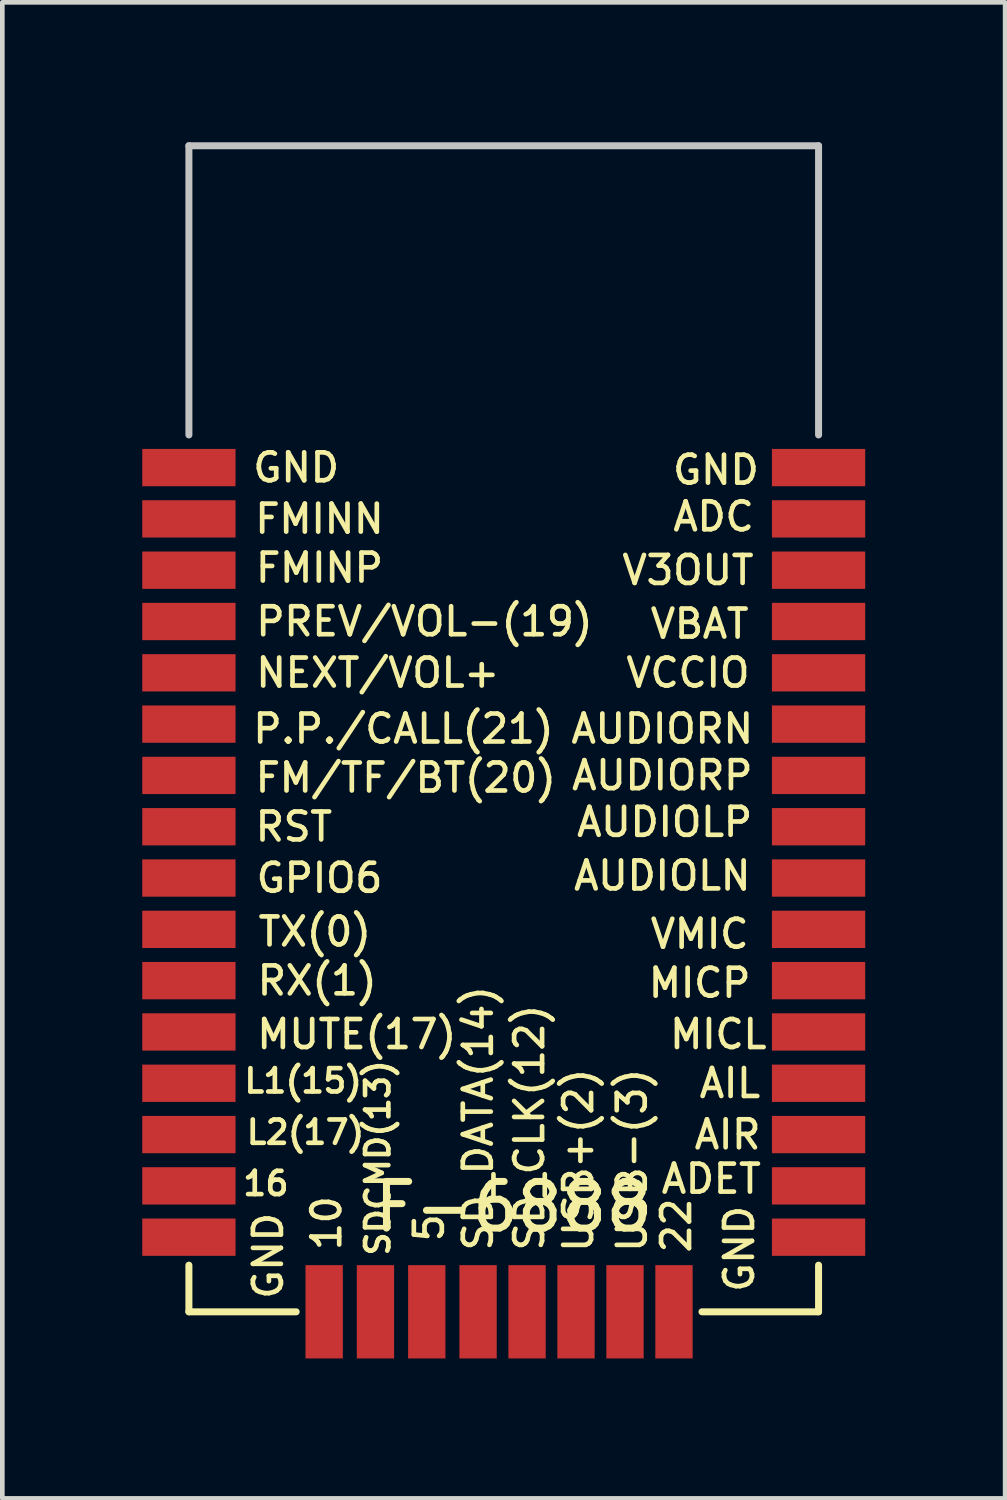
<source format=kicad_pcb>
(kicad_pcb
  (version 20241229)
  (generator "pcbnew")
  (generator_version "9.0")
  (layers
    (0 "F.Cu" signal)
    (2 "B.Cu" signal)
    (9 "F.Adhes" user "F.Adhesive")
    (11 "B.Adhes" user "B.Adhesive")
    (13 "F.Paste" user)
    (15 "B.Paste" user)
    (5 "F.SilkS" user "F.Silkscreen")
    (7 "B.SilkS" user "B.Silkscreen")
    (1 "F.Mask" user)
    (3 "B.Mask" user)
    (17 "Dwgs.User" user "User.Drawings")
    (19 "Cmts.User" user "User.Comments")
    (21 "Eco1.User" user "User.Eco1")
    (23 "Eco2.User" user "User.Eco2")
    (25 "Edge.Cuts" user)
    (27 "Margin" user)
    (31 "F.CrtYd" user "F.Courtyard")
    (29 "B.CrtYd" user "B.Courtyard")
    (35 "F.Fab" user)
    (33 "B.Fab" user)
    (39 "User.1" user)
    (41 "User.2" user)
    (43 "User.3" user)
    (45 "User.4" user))
  (footprint "F-6888"
    (layer "F.Cu")
    (at 1 25.075)
    (property "Reference" "F-6888" (at 6.95 -2.25 0) (layer "F.SilkS") (effects (font (size 1 1) (thickness 0.15))))
    (attr through_hole)
    (fp_line (start 0 0) (end 0 -1) (stroke (width 0.15) (type solid)) (layer "F.SilkS"))
    (fp_line (start 0 0) (end 2.3 0) (stroke (width 0.15) (type solid)) (layer "F.SilkS"))
    (fp_line (start 11 0) (end 13.5 0) (stroke (width 0.15) (type solid)) (layer "F.SilkS"))
    (fp_line (start 13.5 0) (end 13.5 -1) (stroke (width 0.15) (type solid)) (layer "F.SilkS"))
    (fp_line (start 0 -25) (end 0 -18.8) (stroke (width 0.15) (type solid)) (layer "Dwgs.User"))
    (fp_line (start 13.5 -25) (end 0 -25) (stroke (width 0.15) (type solid)) (layer "Dwgs.User"))
    (fp_line (start 13.5 -18.8) (end 13.5 -25) (stroke (width 0.15) (type solid)) (layer "Dwgs.User"))
    (fp_text user "AUDIORP" (at 10.15 -11.5 0) (layer "F.SilkS") (effects (font (size 0.6 0.6) (thickness 0.1))))
    (fp_text user "GND" (at 1.7 -1.2 90) (layer "F.SilkS") (effects (font (size 0.6 0.6) (thickness 0.1))))
    (fp_text user "ADC" (at 11.25 -17.05 0) (layer "F.SilkS") (effects (font (size 0.6 0.6) (thickness 0.1))))
    (fp_text user "AUDIOLN" (at 10.15 -9.35 0) (layer "F.SilkS") (effects (font (size 0.6 0.6) (thickness 0.1))))
    (fp_text user "GND" (at 11.3 -18.05 0) (layer "F.SilkS") (effects (font (size 0.6 0.6) (thickness 0.1))))
    (fp_text user "RST" (at 2.25 -10.4 0) (layer "F.SilkS") (effects (font (size 0.6 0.6) (thickness 0.1))))
    (fp_text user "GND" (at 2.3 -18.1 0) (layer "F.SilkS") (effects (font (size 0.6 0.6) (thickness 0.1))))
    (fp_text user "5" (at 5.15 -1.8 90) (layer "F.SilkS") (effects (font (size 0.6 0.6) (thickness 0.1))))
    (fp_text user "L1(15)" (at 2.45 -4.95 0) (layer "F.SilkS") (effects (font (size 0.5 0.5) (thickness 0.1))))
    (fp_text user "FMINP" (at 2.8 -15.95 0) (layer "F.SilkS") (effects (font (size 0.6 0.6) (thickness 0.1))))
    (fp_text user "22" (at 10.45 -1.85 90) (layer "F.SilkS") (effects (font (size 0.6 0.6) (thickness 0.1))))
    (fp_text user "GND" (at 11.8 -1.35 90) (layer "F.SilkS") (effects (font (size 0.6 0.6) (thickness 0.1))))
    (fp_text user "SD_DATA(14)" (at 6.2 -4.15 90) (layer "F.SilkS") (effects (font (size 0.6 0.6) (thickness 0.1))))
    (fp_text user "GPIO6" (at 2.8 -9.3 0) (layer "F.SilkS") (effects (font (size 0.6 0.6) (thickness 0.1))))
    (fp_text user "MICP" (at 10.95 -7.05 0) (layer "F.SilkS") (effects (font (size 0.6 0.6) (thickness 0.1))))
    (fp_text user "TX(0)" (at 2.7 -8.15 0) (layer "F.SilkS") (effects (font (size 0.6 0.6) (thickness 0.1))))
    (fp_text user "MICL" (at 11.35 -5.95 0) (layer "F.SilkS") (effects (font (size 0.6 0.6) (thickness 0.1))))
    (fp_text user "AUDIOLP" (at 10.2 -10.5 0) (layer "F.SilkS") (effects (font (size 0.6 0.6) (thickness 0.1))))
    (fp_text user "ADET" (at 11.2 -2.85 0) (layer "F.SilkS") (effects (font (size 0.6 0.6) (thickness 0.1))))
    (fp_text user "10" (at 2.95 -1.9 90) (layer "F.SilkS") (effects (font (size 0.6 0.6) (thickness 0.1))))
    (fp_text user "NEXT/VOL+" (at 4.05 -13.7 0) (layer "F.SilkS") (effects (font (size 0.6 0.6) (thickness 0.1))))
    (fp_text user "L2(17)" (at 2.5 -3.85 0) (layer "F.SilkS") (effects (font (size 0.5 0.5) (thickness 0.1))))
    (fp_text user "VMIC" (at 10.95 -8.1 0) (layer "F.SilkS") (effects (font (size 0.6 0.6) (thickness 0.1))))
    (fp_text user "SD_CLK(12)" (at 7.3 -3.95 90) (layer "F.SilkS") (effects (font (size 0.6 0.6) (thickness 0.1))))
    (fp_text user "RX(1)" (at 2.75 -7.1 0) (layer "F.SilkS") (effects (font (size 0.6 0.6) (thickness 0.1))))
    (fp_text user "MUTE(17)" (at 3.6 -5.95 0) (layer "F.SilkS") (effects (font (size 0.6 0.6) (thickness 0.1))))
    (fp_text user "USB-(3)" (at 9.5 -3.25 90) (layer "F.SilkS") (effects (font (size 0.6 0.6) (thickness 0.1))))
    (fp_text user "16" (at 1.65 -2.75 0) (layer "F.SilkS") (effects (font (size 0.5 0.5) (thickness 0.1))))
    (fp_text user "USB+(2)" (at 8.35 -3.25 90) (layer "F.SilkS") (effects (font (size 0.6 0.6) (thickness 0.1))))
    (fp_text user "P.P./CALL(21)" (at 4.6 -12.5 0) (layer "F.SilkS") (effects (font (size 0.6 0.6) (thickness 0.1))))
    (fp_text user "AIL" (at 11.6 -4.9 0) (layer "F.SilkS") (effects (font (size 0.6 0.6) (thickness 0.1))))
    (fp_text user "FM/TF/BT(20)" (at 4.65 -11.45 0) (layer "F.SilkS") (effects (font (size 0.6 0.6) (thickness 0.1))))
    (fp_text user "V3OUT" (at 10.7 -15.9 0) (layer "F.SilkS") (effects (font (size 0.6 0.6) (thickness 0.1))))
    (fp_text user "SDCMD(13)" (at 4.05 -3.3 90) (layer "F.SilkS") (effects (font (size 0.5 0.5) (thickness 0.1))))
    (fp_text user "AIR" (at 11.55 -3.8 0) (layer "F.SilkS") (effects (font (size 0.6 0.6) (thickness 0.1))))
    (fp_text user "VCCIO" (at 10.7 -13.7 0) (layer "F.SilkS") (effects (font (size 0.6 0.6) (thickness 0.1))))
    (fp_text user "AUDIORN" (at 10.15 -12.5 0) (layer "F.SilkS") (effects (font (size 0.6 0.6) (thickness 0.1))))
    (fp_text user "FMINN" (at 2.8 -17 0) (layer "F.SilkS") (effects (font (size 0.6 0.6) (thickness 0.1))))
    (fp_text user "VBAT" (at 10.95 -14.75 0) (layer "F.SilkS") (effects (font (size 0.6 0.6) (thickness 0.1))))
    (fp_text user "PREV/VOL-(19)" (at 5.05 -14.8 0) (layer "F.SilkS") (effects (font (size 0.6 0.6) (thickness 0.1))))
    (pad "1" smd rect (at 0 -18.1) (size 2 0.8) (layers "F.Cu" "F.Mask" "F.Paste"))
    (pad "2" smd rect (at 0 -17) (size 2 0.8) (layers "F.Cu" "F.Mask" "F.Paste"))
    (pad "3" smd rect (at 0 -15.9) (size 2 0.8) (layers "F.Cu" "F.Mask" "F.Paste"))
    (pad "4" smd rect (at 0 -14.8) (size 2 0.8) (layers "F.Cu" "F.Mask" "F.Paste"))
    (pad "5" smd rect (at 0 -13.7) (size 2 0.8) (layers "F.Cu" "F.Mask" "F.Paste"))
    (pad "6" smd rect (at 0 -12.6) (size 2 0.8) (layers "F.Cu" "F.Mask" "F.Paste"))
    (pad "7" smd rect (at 0 -11.5) (size 2 0.8) (layers "F.Cu" "F.Mask" "F.Paste"))
    (pad "8" smd rect (at 0 -10.4) (size 2 0.8) (layers "F.Cu" "F.Mask" "F.Paste"))
    (pad "9" smd rect (at 0 -9.3) (size 2 0.8) (layers "F.Cu" "F.Mask" "F.Paste"))
    (pad "10" smd rect (at 0 -8.2) (size 2 0.8) (layers "F.Cu" "F.Mask" "F.Paste"))
    (pad "11" smd rect (at 0 -7.1) (size 2 0.8) (layers "F.Cu" "F.Mask" "F.Paste"))
    (pad "12" smd rect (at 0 -6) (size 2 0.8) (layers "F.Cu" "F.Mask" "F.Paste"))
    (pad "13" smd rect (at 0 -4.9) (size 2 0.8) (layers "F.Cu" "F.Mask" "F.Paste"))
    (pad "14" smd rect (at 0 -3.8) (size 2 0.8) (layers "F.Cu" "F.Mask" "F.Paste"))
    (pad "15" smd rect (at 0 -2.7) (size 2 0.8) (layers "F.Cu" "F.Mask" "F.Paste"))
    (pad "16" smd rect (at 0 -1.6) (size 2 0.8) (layers "F.Cu" "F.Mask" "F.Paste"))
    (pad "17" smd rect (at 2.9 0) (size 0.8 2) (layers "F.Cu" "F.Mask" "F.Paste"))
    (pad "18" smd rect (at 4 0) (size 0.8 2) (layers "F.Cu" "F.Mask" "F.Paste"))
    (pad "19" smd rect (at 5.1 0) (size 0.8 2) (layers "F.Cu" "F.Mask" "F.Paste"))
    (pad "20" smd rect (at 6.2 0) (size 0.8 2) (layers "F.Cu" "F.Mask" "F.Paste"))
    (pad "21" smd rect (at 7.25 0) (size 0.8 2) (layers "F.Cu" "F.Mask" "F.Paste"))
    (pad "22" smd rect (at 8.3 0) (size 0.8 2) (layers "F.Cu" "F.Mask" "F.Paste"))
    (pad "23" smd rect (at 9.35 0) (size 0.8 2) (layers "F.Cu" "F.Mask" "F.Paste"))
    (pad "24" smd rect (at 10.4 0) (size 0.8 2) (layers "F.Cu" "F.Mask" "F.Paste"))
    (pad "25" smd rect (at 13.5 -1.6) (size 2 0.8) (layers "F.Cu" "F.Mask" "F.Paste"))
    (pad "26" smd rect (at 13.5 -2.7) (size 2 0.8) (layers "F.Cu" "F.Mask" "F.Paste"))
    (pad "27" smd rect (at 13.5 -3.8) (size 2 0.8) (layers "F.Cu" "F.Mask" "F.Paste"))
    (pad "28" smd rect (at 13.5 -4.9) (size 2 0.8) (layers "F.Cu" "F.Mask" "F.Paste"))
    (pad "29" smd rect (at 13.5 -6) (size 2 0.8) (layers "F.Cu" "F.Mask" "F.Paste"))
    (pad "30" smd rect (at 13.5 -7.1) (size 2 0.8) (layers "F.Cu" "F.Mask" "F.Paste"))
    (pad "31" smd rect (at 13.5 -8.2) (size 2 0.8) (layers "F.Cu" "F.Mask" "F.Paste"))
    (pad "32" smd rect (at 13.5 -9.3) (size 2 0.8) (layers "F.Cu" "F.Mask" "F.Paste"))
    (pad "33" smd rect (at 13.5 -10.4) (size 2 0.8) (layers "F.Cu" "F.Mask" "F.Paste"))
    (pad "34" smd rect (at 13.5 -11.5) (size 2 0.8) (layers "F.Cu" "F.Mask" "F.Paste"))
    (pad "35" smd rect (at 13.5 -12.6) (size 2 0.8) (layers "F.Cu" "F.Mask" "F.Paste"))
    (pad "36" smd rect (at 13.5 -13.7) (size 2 0.8) (layers "F.Cu" "F.Mask" "F.Paste"))
    (pad "37" smd rect (at 13.5 -14.8) (size 2 0.8) (layers "F.Cu" "F.Mask" "F.Paste"))
    (pad "38" smd rect (at 13.5 -15.9) (size 2 0.8) (layers "F.Cu" "F.Mask" "F.Paste"))
    (pad "39" smd rect (at 13.5 -17) (size 2 0.8) (layers "F.Cu" "F.Mask" "F.Paste"))
    (pad "40" smd rect (at 13.5 -18.1) (size 2 0.8) (layers "F.Cu" "F.Mask" "F.Paste")))
  (gr_rect
    (start -3 -3)
    (end 18.5 29.075)
    (stroke (width 0.1) (type default))
    (fill no)
    (layer "Edge.Cuts")))
</source>
